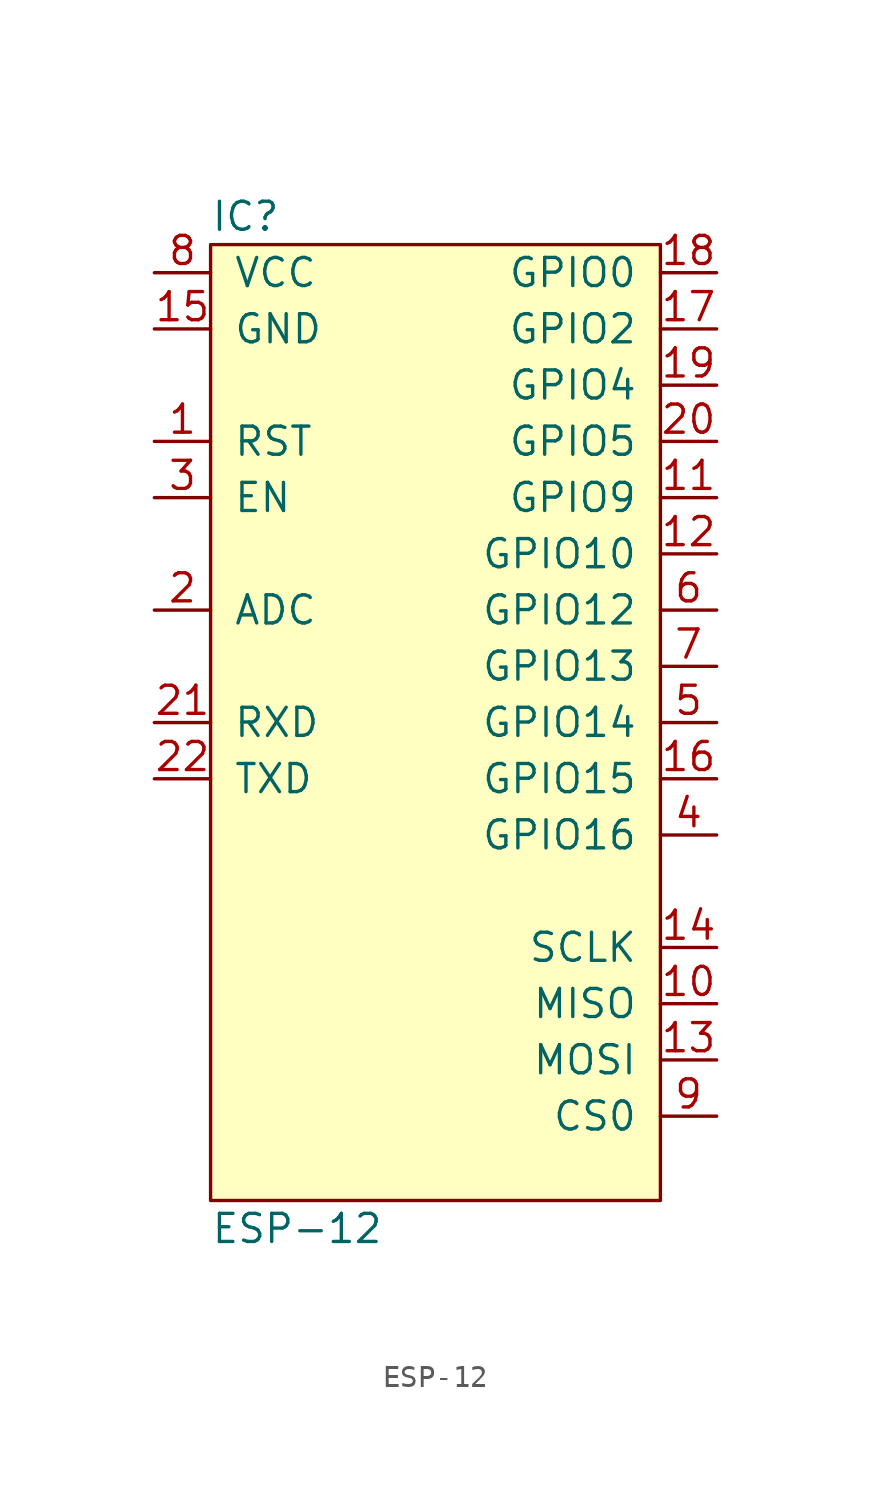
<source format=kicad_sym>
(kicad_symbol_lib
  (version 20211014)
  (generator agg_kicad.build_lib_ic)
  (symbol "ESP-12"
    (pin_names
      (offset 1.016))
    (property Reference IC
      (at -10.16 22.86 0)
      (effects (font (size 1.27 1.27)) (justify left)))
    (property Value "ESP-12"
      (at -10.16 -22.86 0)
      (effects (font (size 1.27 1.27)) (justify left)))
    (symbol "ESP-12_0_0"
      (rectangle (start -10.16 21.59) (end 10.16 -21.59) (stroke (width 0) (type default) (color 0 0 0 0)) (fill (type background)))
      (pin power_in line (at -12.7 20.32 0) (length 2.54) (name VCC (effects (font (size 1.27 1.27)))) (number "8" (effects (font (size 1.27 1.27)))))
      (pin power_in line (at -12.7 17.78 0) (length 2.54) (name GND (effects (font (size 1.27 1.27)))) (number "15" (effects (font (size 1.27 1.27)))))
      (pin input line (at -12.7 12.7 0) (length 2.54) (name RST (effects (font (size 1.27 1.27)))) (number "1" (effects (font (size 1.27 1.27)))))
      (pin input line (at -12.7 10.16 0) (length 2.54) (name EN (effects (font (size 1.27 1.27)))) (number "3" (effects (font (size 1.27 1.27)))))
      (pin input line (at -12.7 5.08 0) (length 2.54) (name ADC (effects (font (size 1.27 1.27)))) (number "2" (effects (font (size 1.27 1.27)))))
      (pin input line (at -12.7 0 0) (length 2.54) (name RXD (effects (font (size 1.27 1.27)))) (number "21" (effects (font (size 1.27 1.27)))))
      (pin output line (at -12.7 -2.54 0) (length 2.54) (name TXD (effects (font (size 1.27 1.27)))) (number "22" (effects (font (size 1.27 1.27)))))
      (pin bidirectional line (at 12.7 20.32 180) (length 2.54) (name "GPIO0" (effects (font (size 1.27 1.27)))) (number "18" (effects (font (size 1.27 1.27)))))
      (pin bidirectional line (at 12.7 17.78 180) (length 2.54) (name "GPIO2" (effects (font (size 1.27 1.27)))) (number "17" (effects (font (size 1.27 1.27)))))
      (pin bidirectional line (at 12.7 15.24 180) (length 2.54) (name "GPIO4" (effects (font (size 1.27 1.27)))) (number "19" (effects (font (size 1.27 1.27)))))
      (pin bidirectional line (at 12.7 12.7 180) (length 2.54) (name "GPIO5" (effects (font (size 1.27 1.27)))) (number "20" (effects (font (size 1.27 1.27)))))
      (pin bidirectional line (at 12.7 10.16 180) (length 2.54) (name "GPIO9" (effects (font (size 1.27 1.27)))) (number "11" (effects (font (size 1.27 1.27)))))
      (pin bidirectional line (at 12.7 7.62 180) (length 2.54) (name "GPIO10" (effects (font (size 1.27 1.27)))) (number "12" (effects (font (size 1.27 1.27)))))
      (pin bidirectional line (at 12.7 5.08 180) (length 2.54) (name "GPIO12" (effects (font (size 1.27 1.27)))) (number "6" (effects (font (size 1.27 1.27)))))
      (pin bidirectional line (at 12.7 2.54 180) (length 2.54) (name "GPIO13" (effects (font (size 1.27 1.27)))) (number "7" (effects (font (size 1.27 1.27)))))
      (pin bidirectional line (at 12.7 0 180) (length 2.54) (name "GPIO14" (effects (font (size 1.27 1.27)))) (number "5" (effects (font (size 1.27 1.27)))))
      (pin bidirectional line (at 12.7 -2.54 180) (length 2.54) (name "GPIO15" (effects (font (size 1.27 1.27)))) (number "16" (effects (font (size 1.27 1.27)))))
      (pin bidirectional line (at 12.7 -5.08 180) (length 2.54) (name "GPIO16" (effects (font (size 1.27 1.27)))) (number "4" (effects (font (size 1.27 1.27)))))
      (pin input line (at 12.7 -10.16 180) (length 2.54) (name SCLK (effects (font (size 1.27 1.27)))) (number "14" (effects (font (size 1.27 1.27)))))
      (pin output line (at 12.7 -12.7 180) (length 2.54) (name MISO (effects (font (size 1.27 1.27)))) (number "10" (effects (font (size 1.27 1.27)))))
      (pin input line (at 12.7 -15.24 180) (length 2.54) (name MOSI (effects (font (size 1.27 1.27)))) (number "13" (effects (font (size 1.27 1.27)))))
      (pin input line (at 12.7 -17.78 180) (length 2.54) (name "CS0" (effects (font (size 1.27 1.27)))) (number "9" (effects (font (size 1.27 1.27))))))))
</source>
